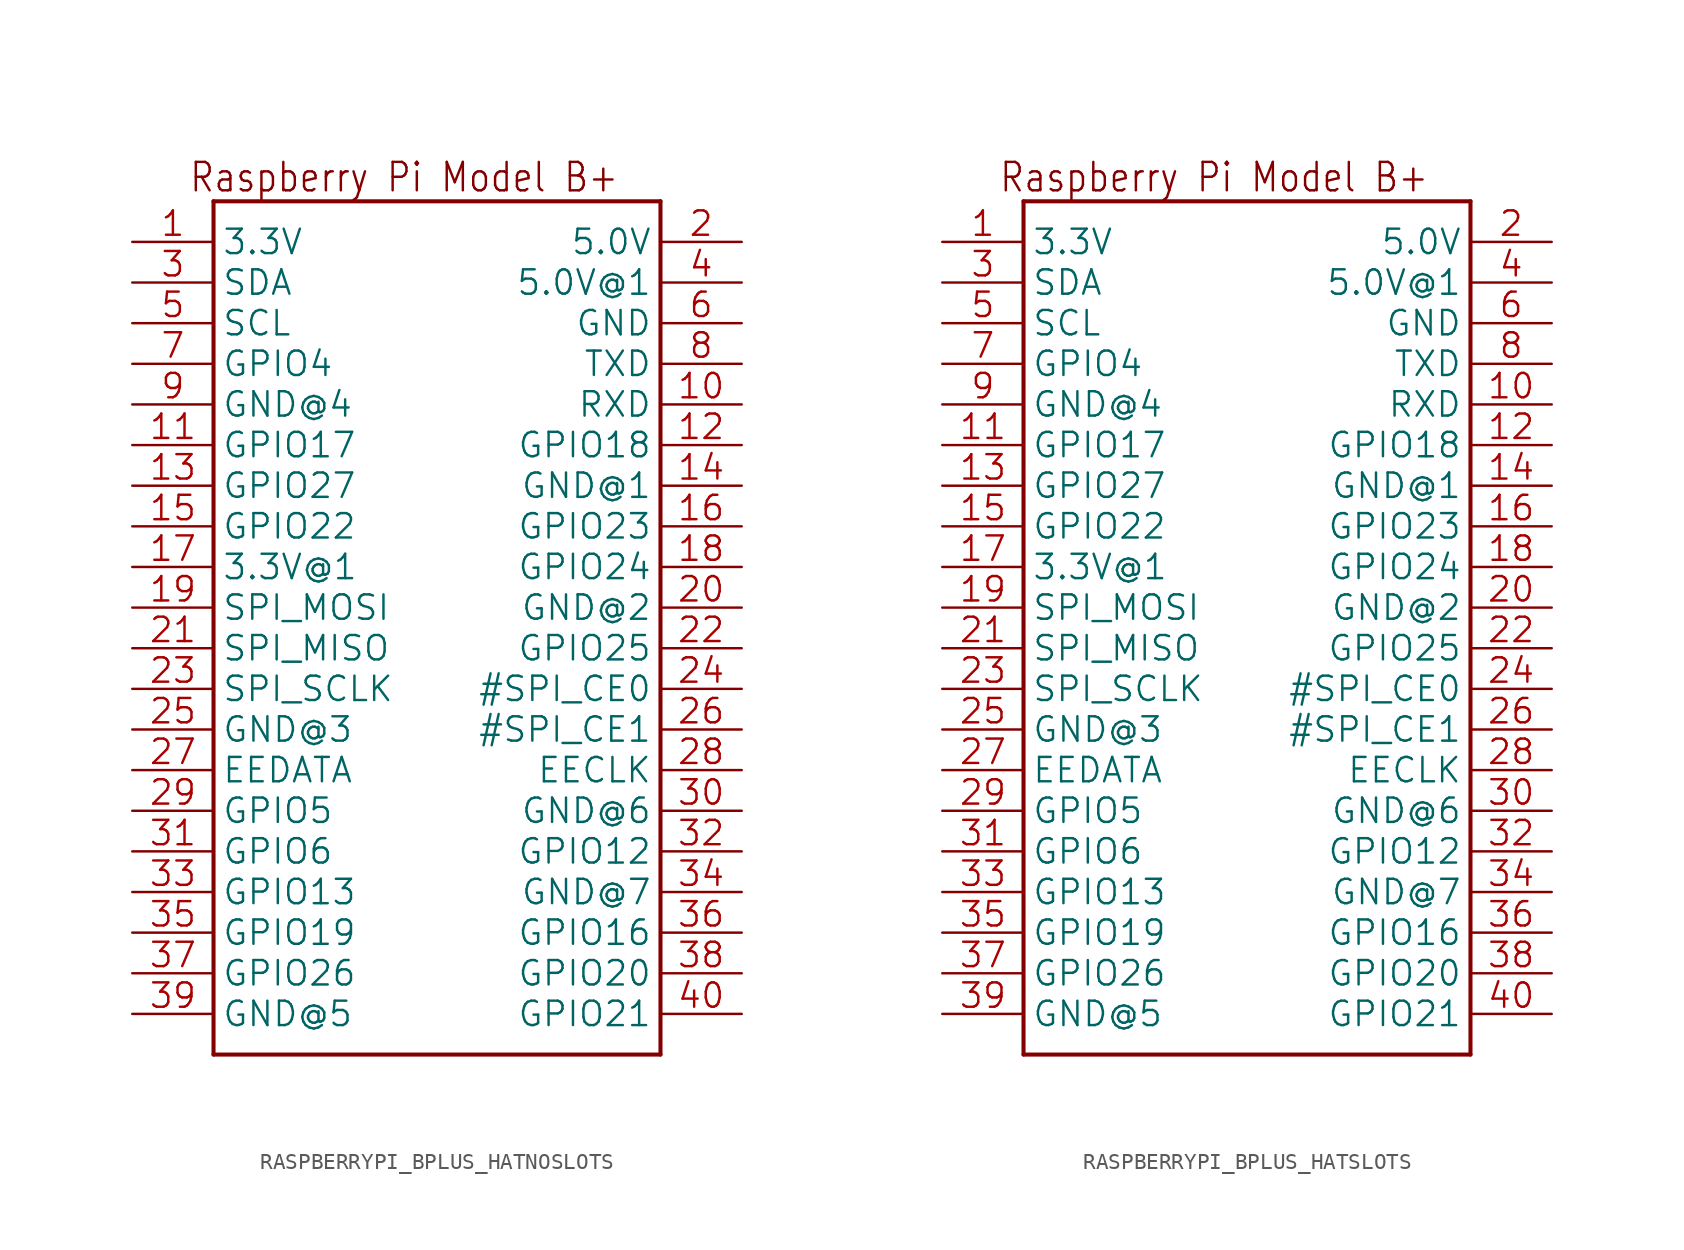
<source format=kicad_sym>
(kicad_symbol_lib
  (version 20241209)
  (generator "kicad_symbol_editor")
  (generator_version "9.0")
  (symbol "RASPBERRYPI_BPLUS_HATNOSLOTS"
    (property "Reference" "RPI"
      (at 0 0 0)
      (effects (font (size 1.27 1.27)) (hide yes)))
    (property "ki_locked" ""
      (at 0 0 0)
      (effects (font (size 1.27 1.27))))
    (symbol "RASPBERRYPI_BPLUS_HATNOSLOTS_1_0"
      (polyline (pts (xy -12.7 22.86) (xy 15.24 22.86)) (stroke (width 0.254) (type solid)) (fill (type none)))
      (polyline (pts (xy -12.7 -30.48) (xy -12.7 22.86)) (stroke (width 0.254) (type solid)) (fill (type none)))
      (polyline (pts (xy 15.24 22.86) (xy 15.24 -30.48)) (stroke (width 0.254) (type solid)) (fill (type none)))
      (polyline (pts (xy 15.24 -30.48) (xy -12.7 -30.48)) (stroke (width 0.254) (type solid)) (fill (type none)))
      (text "Raspberry Pi Model B+" (at 12.7 25.4 0) (effects (font (size 1.778 1.511)) (justify right top)))
      (pin power_in line (at -17.78 20.32 0) (length 5.08) (name "3.3V" (effects (font (size 1.524 1.524)))) (number "1" (effects (font (size 1.524 1.524)))))
      (pin bidirectional line (at -17.78 17.78 0) (length 5.08) (name "SDA" (effects (font (size 1.524 1.524)))) (number "3" (effects (font (size 1.524 1.524)))))
      (pin bidirectional line (at -17.78 15.24 0) (length 5.08) (name "SCL" (effects (font (size 1.524 1.524)))) (number "5" (effects (font (size 1.524 1.524)))))
      (pin bidirectional line (at -17.78 12.7 0) (length 5.08) (name "GPIO4" (effects (font (size 1.524 1.524)))) (number "7" (effects (font (size 1.524 1.524)))))
      (pin power_in line (at -17.78 10.16 0) (length 5.08) (name "GND@4" (effects (font (size 1.524 1.524)))) (number "9" (effects (font (size 1.524 1.524)))))
      (pin bidirectional line (at -17.78 7.62 0) (length 5.08) (name "GPIO17" (effects (font (size 1.524 1.524)))) (number "11" (effects (font (size 1.524 1.524)))))
      (pin bidirectional line (at -17.78 5.08 0) (length 5.08) (name "GPIO27" (effects (font (size 1.524 1.524)))) (number "13" (effects (font (size 1.524 1.524)))))
      (pin bidirectional line (at -17.78 2.54 0) (length 5.08) (name "GPIO22" (effects (font (size 1.524 1.524)))) (number "15" (effects (font (size 1.524 1.524)))))
      (pin power_in line (at -17.78 0 0) (length 5.08) (name "3.3V@1" (effects (font (size 1.524 1.524)))) (number "17" (effects (font (size 1.524 1.524)))))
      (pin bidirectional line (at -17.78 -2.54 0) (length 5.08) (name "SPI_MOSI" (effects (font (size 1.524 1.524)))) (number "19" (effects (font (size 1.524 1.524)))))
      (pin bidirectional line (at -17.78 -5.08 0) (length 5.08) (name "SPI_MISO" (effects (font (size 1.524 1.524)))) (number "21" (effects (font (size 1.524 1.524)))))
      (pin bidirectional line (at -17.78 -7.62 0) (length 5.08) (name "SPI_SCLK" (effects (font (size 1.524 1.524)))) (number "23" (effects (font (size 1.524 1.524)))))
      (pin power_in line (at -17.78 -10.16 0) (length 5.08) (name "GND@3" (effects (font (size 1.524 1.524)))) (number "25" (effects (font (size 1.524 1.524)))))
      (pin bidirectional line (at -17.78 -12.7 0) (length 5.08) (name "EEDATA" (effects (font (size 1.524 1.524)))) (number "27" (effects (font (size 1.524 1.524)))))
      (pin bidirectional line (at -17.78 -15.24 0) (length 5.08) (name "GPIO5" (effects (font (size 1.524 1.524)))) (number "29" (effects (font (size 1.524 1.524)))))
      (pin bidirectional line (at -17.78 -17.78 0) (length 5.08) (name "GPIO6" (effects (font (size 1.524 1.524)))) (number "31" (effects (font (size 1.524 1.524)))))
      (pin bidirectional line (at -17.78 -20.32 0) (length 5.08) (name "GPIO13" (effects (font (size 1.524 1.524)))) (number "33" (effects (font (size 1.524 1.524)))))
      (pin bidirectional line (at -17.78 -22.86 0) (length 5.08) (name "GPIO19" (effects (font (size 1.524 1.524)))) (number "35" (effects (font (size 1.524 1.524)))))
      (pin bidirectional line (at -17.78 -25.4 0) (length 5.08) (name "GPIO26" (effects (font (size 1.524 1.524)))) (number "37" (effects (font (size 1.524 1.524)))))
      (pin power_in line (at -17.78 -27.94 0) (length 5.08) (name "GND@5" (effects (font (size 1.524 1.524)))) (number "39" (effects (font (size 1.524 1.524)))))
      (pin power_in line (at 20.32 20.32 180) (length 5.08) (name "5.0V" (effects (font (size 1.524 1.524)))) (number "2" (effects (font (size 1.524 1.524)))))
      (pin power_in line (at 20.32 17.78 180) (length 5.08) (name "5.0V@1" (effects (font (size 1.524 1.524)))) (number "4" (effects (font (size 1.524 1.524)))))
      (pin power_in line (at 20.32 15.24 180) (length 5.08) (name "GND" (effects (font (size 1.524 1.524)))) (number "6" (effects (font (size 1.524 1.524)))))
      (pin bidirectional line (at 20.32 12.7 180) (length 5.08) (name "TXD" (effects (font (size 1.524 1.524)))) (number "8" (effects (font (size 1.524 1.524)))))
      (pin bidirectional line (at 20.32 10.16 180) (length 5.08) (name "RXD" (effects (font (size 1.524 1.524)))) (number "10" (effects (font (size 1.524 1.524)))))
      (pin bidirectional line (at 20.32 7.62 180) (length 5.08) (name "GPIO18" (effects (font (size 1.524 1.524)))) (number "12" (effects (font (size 1.524 1.524)))))
      (pin power_in line (at 20.32 5.08 180) (length 5.08) (name "GND@1" (effects (font (size 1.524 1.524)))) (number "14" (effects (font (size 1.524 1.524)))))
      (pin bidirectional line (at 20.32 2.54 180) (length 5.08) (name "GPIO23" (effects (font (size 1.524 1.524)))) (number "16" (effects (font (size 1.524 1.524)))))
      (pin bidirectional line (at 20.32 0 180) (length 5.08) (name "GPIO24" (effects (font (size 1.524 1.524)))) (number "18" (effects (font (size 1.524 1.524)))))
      (pin power_in line (at 20.32 -2.54 180) (length 5.08) (name "GND@2" (effects (font (size 1.524 1.524)))) (number "20" (effects (font (size 1.524 1.524)))))
      (pin bidirectional line (at 20.32 -5.08 180) (length 5.08) (name "GPIO25" (effects (font (size 1.524 1.524)))) (number "22" (effects (font (size 1.524 1.524)))))
      (pin bidirectional line (at 20.32 -7.62 180) (length 5.08) (name "#SPI_CE0" (effects (font (size 1.524 1.524)))) (number "24" (effects (font (size 1.524 1.524)))))
      (pin bidirectional line (at 20.32 -10.16 180) (length 5.08) (name "#SPI_CE1" (effects (font (size 1.524 1.524)))) (number "26" (effects (font (size 1.524 1.524)))))
      (pin bidirectional line (at 20.32 -12.7 180) (length 5.08) (name "EECLK" (effects (font (size 1.524 1.524)))) (number "28" (effects (font (size 1.524 1.524)))))
      (pin power_in line (at 20.32 -15.24 180) (length 5.08) (name "GND@6" (effects (font (size 1.524 1.524)))) (number "30" (effects (font (size 1.524 1.524)))))
      (pin bidirectional line (at 20.32 -17.78 180) (length 5.08) (name "GPIO12" (effects (font (size 1.524 1.524)))) (number "32" (effects (font (size 1.524 1.524)))))
      (pin power_in line (at 20.32 -20.32 180) (length 5.08) (name "GND@7" (effects (font (size 1.524 1.524)))) (number "34" (effects (font (size 1.524 1.524)))))
      (pin bidirectional line (at 20.32 -22.86 180) (length 5.08) (name "GPIO16" (effects (font (size 1.524 1.524)))) (number "36" (effects (font (size 1.524 1.524)))))
      (pin bidirectional line (at 20.32 -25.4 180) (length 5.08) (name "GPIO20" (effects (font (size 1.524 1.524)))) (number "38" (effects (font (size 1.524 1.524)))))
      (pin bidirectional line (at 20.32 -27.94 180) (length 5.08) (name "GPIO21" (effects (font (size 1.524 1.524)))) (number "40" (effects (font (size 1.524 1.524)))))))
  (symbol "RASPBERRYPI_BPLUS_HATSLOTS"
    (property "Reference" "RPI"
      (at 0 0 0)
      (effects (font (size 1.27 1.27)) (hide yes)))
    (property "ki_locked" ""
      (at 0 0 0)
      (effects (font (size 1.27 1.27))))
    (symbol "RASPBERRYPI_BPLUS_HATSLOTS_1_0"
      (polyline (pts (xy -12.7 22.86) (xy 15.24 22.86)) (stroke (width 0.254) (type solid)) (fill (type none)))
      (polyline (pts (xy -12.7 -30.48) (xy -12.7 22.86)) (stroke (width 0.254) (type solid)) (fill (type none)))
      (polyline (pts (xy 15.24 22.86) (xy 15.24 -30.48)) (stroke (width 0.254) (type solid)) (fill (type none)))
      (polyline (pts (xy 15.24 -30.48) (xy -12.7 -30.48)) (stroke (width 0.254) (type solid)) (fill (type none)))
      (text "Raspberry Pi Model B+" (at 12.7 25.4 0) (effects (font (size 1.778 1.511)) (justify right top)))
      (pin power_in line (at -17.78 20.32 0) (length 5.08) (name "3.3V" (effects (font (size 1.524 1.524)))) (number "1" (effects (font (size 1.524 1.524)))))
      (pin bidirectional line (at -17.78 17.78 0) (length 5.08) (name "SDA" (effects (font (size 1.524 1.524)))) (number "3" (effects (font (size 1.524 1.524)))))
      (pin bidirectional line (at -17.78 15.24 0) (length 5.08) (name "SCL" (effects (font (size 1.524 1.524)))) (number "5" (effects (font (size 1.524 1.524)))))
      (pin bidirectional line (at -17.78 12.7 0) (length 5.08) (name "GPIO4" (effects (font (size 1.524 1.524)))) (number "7" (effects (font (size 1.524 1.524)))))
      (pin power_in line (at -17.78 10.16 0) (length 5.08) (name "GND@4" (effects (font (size 1.524 1.524)))) (number "9" (effects (font (size 1.524 1.524)))))
      (pin bidirectional line (at -17.78 7.62 0) (length 5.08) (name "GPIO17" (effects (font (size 1.524 1.524)))) (number "11" (effects (font (size 1.524 1.524)))))
      (pin bidirectional line (at -17.78 5.08 0) (length 5.08) (name "GPIO27" (effects (font (size 1.524 1.524)))) (number "13" (effects (font (size 1.524 1.524)))))
      (pin bidirectional line (at -17.78 2.54 0) (length 5.08) (name "GPIO22" (effects (font (size 1.524 1.524)))) (number "15" (effects (font (size 1.524 1.524)))))
      (pin power_in line (at -17.78 0 0) (length 5.08) (name "3.3V@1" (effects (font (size 1.524 1.524)))) (number "17" (effects (font (size 1.524 1.524)))))
      (pin bidirectional line (at -17.78 -2.54 0) (length 5.08) (name "SPI_MOSI" (effects (font (size 1.524 1.524)))) (number "19" (effects (font (size 1.524 1.524)))))
      (pin bidirectional line (at -17.78 -5.08 0) (length 5.08) (name "SPI_MISO" (effects (font (size 1.524 1.524)))) (number "21" (effects (font (size 1.524 1.524)))))
      (pin bidirectional line (at -17.78 -7.62 0) (length 5.08) (name "SPI_SCLK" (effects (font (size 1.524 1.524)))) (number "23" (effects (font (size 1.524 1.524)))))
      (pin power_in line (at -17.78 -10.16 0) (length 5.08) (name "GND@3" (effects (font (size 1.524 1.524)))) (number "25" (effects (font (size 1.524 1.524)))))
      (pin bidirectional line (at -17.78 -12.7 0) (length 5.08) (name "EEDATA" (effects (font (size 1.524 1.524)))) (number "27" (effects (font (size 1.524 1.524)))))
      (pin bidirectional line (at -17.78 -15.24 0) (length 5.08) (name "GPIO5" (effects (font (size 1.524 1.524)))) (number "29" (effects (font (size 1.524 1.524)))))
      (pin bidirectional line (at -17.78 -17.78 0) (length 5.08) (name "GPIO6" (effects (font (size 1.524 1.524)))) (number "31" (effects (font (size 1.524 1.524)))))
      (pin bidirectional line (at -17.78 -20.32 0) (length 5.08) (name "GPIO13" (effects (font (size 1.524 1.524)))) (number "33" (effects (font (size 1.524 1.524)))))
      (pin bidirectional line (at -17.78 -22.86 0) (length 5.08) (name "GPIO19" (effects (font (size 1.524 1.524)))) (number "35" (effects (font (size 1.524 1.524)))))
      (pin bidirectional line (at -17.78 -25.4 0) (length 5.08) (name "GPIO26" (effects (font (size 1.524 1.524)))) (number "37" (effects (font (size 1.524 1.524)))))
      (pin power_in line (at -17.78 -27.94 0) (length 5.08) (name "GND@5" (effects (font (size 1.524 1.524)))) (number "39" (effects (font (size 1.524 1.524)))))
      (pin power_in line (at 20.32 20.32 180) (length 5.08) (name "5.0V" (effects (font (size 1.524 1.524)))) (number "2" (effects (font (size 1.524 1.524)))))
      (pin power_in line (at 20.32 17.78 180) (length 5.08) (name "5.0V@1" (effects (font (size 1.524 1.524)))) (number "4" (effects (font (size 1.524 1.524)))))
      (pin power_in line (at 20.32 15.24 180) (length 5.08) (name "GND" (effects (font (size 1.524 1.524)))) (number "6" (effects (font (size 1.524 1.524)))))
      (pin bidirectional line (at 20.32 12.7 180) (length 5.08) (name "TXD" (effects (font (size 1.524 1.524)))) (number "8" (effects (font (size 1.524 1.524)))))
      (pin bidirectional line (at 20.32 10.16 180) (length 5.08) (name "RXD" (effects (font (size 1.524 1.524)))) (number "10" (effects (font (size 1.524 1.524)))))
      (pin bidirectional line (at 20.32 7.62 180) (length 5.08) (name "GPIO18" (effects (font (size 1.524 1.524)))) (number "12" (effects (font (size 1.524 1.524)))))
      (pin power_in line (at 20.32 5.08 180) (length 5.08) (name "GND@1" (effects (font (size 1.524 1.524)))) (number "14" (effects (font (size 1.524 1.524)))))
      (pin bidirectional line (at 20.32 2.54 180) (length 5.08) (name "GPIO23" (effects (font (size 1.524 1.524)))) (number "16" (effects (font (size 1.524 1.524)))))
      (pin bidirectional line (at 20.32 0 180) (length 5.08) (name "GPIO24" (effects (font (size 1.524 1.524)))) (number "18" (effects (font (size 1.524 1.524)))))
      (pin power_in line (at 20.32 -2.54 180) (length 5.08) (name "GND@2" (effects (font (size 1.524 1.524)))) (number "20" (effects (font (size 1.524 1.524)))))
      (pin bidirectional line (at 20.32 -5.08 180) (length 5.08) (name "GPIO25" (effects (font (size 1.524 1.524)))) (number "22" (effects (font (size 1.524 1.524)))))
      (pin bidirectional line (at 20.32 -7.62 180) (length 5.08) (name "#SPI_CE0" (effects (font (size 1.524 1.524)))) (number "24" (effects (font (size 1.524 1.524)))))
      (pin bidirectional line (at 20.32 -10.16 180) (length 5.08) (name "#SPI_CE1" (effects (font (size 1.524 1.524)))) (number "26" (effects (font (size 1.524 1.524)))))
      (pin bidirectional line (at 20.32 -12.7 180) (length 5.08) (name "EECLK" (effects (font (size 1.524 1.524)))) (number "28" (effects (font (size 1.524 1.524)))))
      (pin power_in line (at 20.32 -15.24 180) (length 5.08) (name "GND@6" (effects (font (size 1.524 1.524)))) (number "30" (effects (font (size 1.524 1.524)))))
      (pin bidirectional line (at 20.32 -17.78 180) (length 5.08) (name "GPIO12" (effects (font (size 1.524 1.524)))) (number "32" (effects (font (size 1.524 1.524)))))
      (pin power_in line (at 20.32 -20.32 180) (length 5.08) (name "GND@7" (effects (font (size 1.524 1.524)))) (number "34" (effects (font (size 1.524 1.524)))))
      (pin bidirectional line (at 20.32 -22.86 180) (length 5.08) (name "GPIO16" (effects (font (size 1.524 1.524)))) (number "36" (effects (font (size 1.524 1.524)))))
      (pin bidirectional line (at 20.32 -25.4 180) (length 5.08) (name "GPIO20" (effects (font (size 1.524 1.524)))) (number "38" (effects (font (size 1.524 1.524)))))
      (pin bidirectional line (at 20.32 -27.94 180) (length 5.08) (name "GPIO21" (effects (font (size 1.524 1.524)))) (number "40" (effects (font (size 1.524 1.524))))))))
</source>
